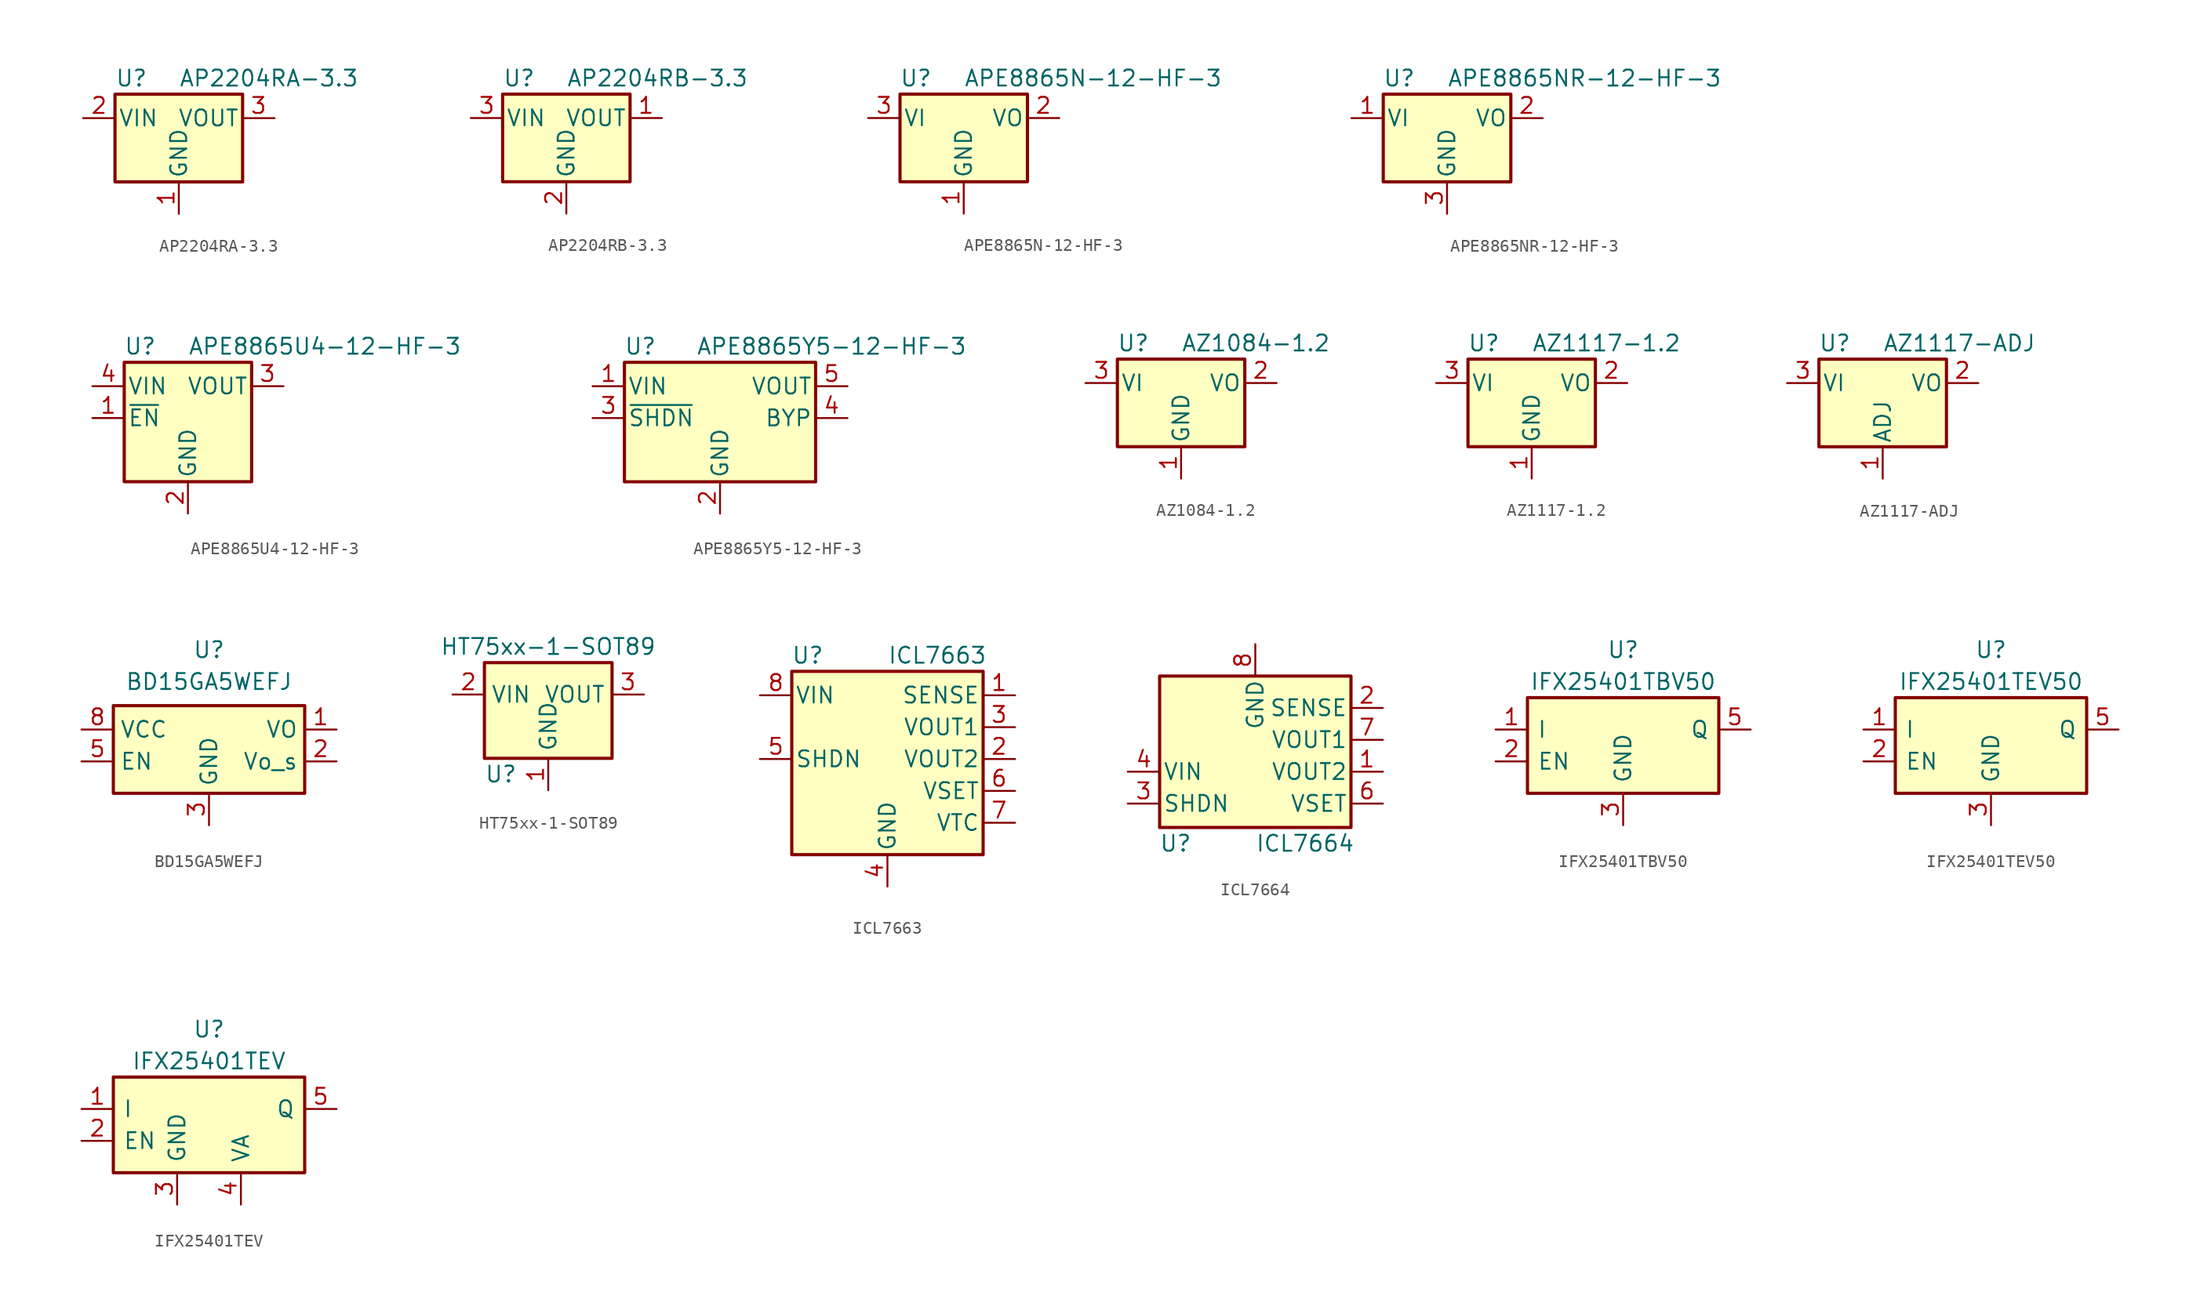
<source format=kicad_sym>
(kicad_symbol_lib
  (version 20220914)
  (generator kicad_symbol_editor)
  (symbol "AP2204RA-3.3"
    (pin_names
      (offset 0.254))
    (property "Reference" "U"
      (at -5.08 3.175 0)
      (effects (font (size 1.27 1.27)) (justify left)))
    (property "Value" "AP2204RA-3.3"
      (at 0 3.175 0)
      (effects (font (size 1.27 1.27)) (justify left)))
    (symbol "AP2204RA-3.3_0_1"
      (rectangle (start -5.08 1.905) (end 5.08 -5.08) (stroke (width 0.254) (type solid)) (fill (type background))))
    (symbol "AP2204RA-3.3_1_1"
      (pin power_in line (at 0 -7.62 90) (length 2.54) (name "GND" (effects (font (size 1.27 1.27)))) (number "1" (effects (font (size 1.27 1.27)))))
      (pin power_in line (at -7.62 0 0) (length 2.54) (name "VIN" (effects (font (size 1.27 1.27)))) (number "2" (effects (font (size 1.27 1.27)))))
      (pin power_out line (at 7.62 0 180) (length 2.54) (name "VOUT" (effects (font (size 1.27 1.27)))) (number "3" (effects (font (size 1.27 1.27)))))))
  (symbol "AP2204RB-3.3"
    (pin_names
      (offset 0.254))
    (property "Reference" "U"
      (at -5.08 3.175 0)
      (effects (font (size 1.27 1.27)) (justify left)))
    (property "Value" "AP2204RB-3.3"
      (at 0 3.175 0)
      (effects (font (size 1.27 1.27)) (justify left)))
    (symbol "AP2204RB-3.3_0_1"
      (rectangle (start -5.08 1.905) (end 5.08 -5.08) (stroke (width 0.254) (type solid)) (fill (type background))))
    (symbol "AP2204RB-3.3_1_1"
      (pin power_out line (at 7.62 0 180) (length 2.54) (name "VOUT" (effects (font (size 1.27 1.27)))) (number "1" (effects (font (size 1.27 1.27)))))
      (pin power_in line (at 0 -7.62 90) (length 2.54) (name "GND" (effects (font (size 1.27 1.27)))) (number "2" (effects (font (size 1.27 1.27)))))
      (pin power_in line (at -7.62 0 0) (length 2.54) (name "VIN" (effects (font (size 1.27 1.27)))) (number "3" (effects (font (size 1.27 1.27)))))))
  (symbol "APE8865N-12-HF-3"
    (pin_names
      (offset 0.254))
    (property "Reference" "U"
      (at -3.81 3.175 0)
      (effects (font (size 1.27 1.27))))
    (property "Value" "APE8865N-12-HF-3"
      (at 0 3.175 0)
      (effects (font (size 1.27 1.27)) (justify left)))
    (symbol "APE8865N-12-HF-3_0_1"
      (rectangle (start -5.08 1.905) (end 5.08 -5.08) (stroke (width 0.254) (type solid)) (fill (type background))))
    (symbol "APE8865N-12-HF-3_1_1"
      (pin power_in line (at 0 -7.62 90) (length 2.54) (name "GND" (effects (font (size 1.27 1.27)))) (number "1" (effects (font (size 1.27 1.27)))))
      (pin power_out line (at 7.62 0 180) (length 2.54) (name "VO" (effects (font (size 1.27 1.27)))) (number "2" (effects (font (size 1.27 1.27)))))
      (pin power_in line (at -7.62 0 0) (length 2.54) (name "VI" (effects (font (size 1.27 1.27)))) (number "3" (effects (font (size 1.27 1.27)))))))
  (symbol "APE8865NR-12-HF-3"
    (pin_names
      (offset 0.254))
    (property "Reference" "U"
      (at -3.81 3.175 0)
      (effects (font (size 1.27 1.27))))
    (property "Value" "APE8865NR-12-HF-3"
      (at 0 3.175 0)
      (effects (font (size 1.27 1.27)) (justify left)))
    (symbol "APE8865NR-12-HF-3_0_1"
      (rectangle (start -5.08 1.905) (end 5.08 -5.08) (stroke (width 0.254) (type solid)) (fill (type background))))
    (symbol "APE8865NR-12-HF-3_1_1"
      (pin power_in line (at -7.62 0 0) (length 2.54) (name "VI" (effects (font (size 1.27 1.27)))) (number "1" (effects (font (size 1.27 1.27)))))
      (pin power_out line (at 7.62 0 180) (length 2.54) (name "VO" (effects (font (size 1.27 1.27)))) (number "2" (effects (font (size 1.27 1.27)))))
      (pin power_in line (at 0 -7.62 90) (length 2.54) (name "GND" (effects (font (size 1.27 1.27)))) (number "3" (effects (font (size 1.27 1.27)))))))
  (symbol "APE8865U4-12-HF-3"
    (pin_names
      (offset 0.254))
    (property "Reference" "U"
      (at -3.81 5.715 0)
      (effects (font (size 1.27 1.27))))
    (property "Value" "APE8865U4-12-HF-3"
      (at 0 5.715 0)
      (effects (font (size 1.27 1.27)) (justify left)))
    (symbol "APE8865U4-12-HF-3_0_1"
      (rectangle (start -5.08 4.445) (end 5.08 -5.08) (stroke (width 0.254) (type solid)) (fill (type background))))
    (symbol "APE8865U4-12-HF-3_1_1"
      (pin input line (at -7.62 0 0) (length 2.54) (name "~{EN}" (effects (font (size 1.27 1.27)))) (number "1" (effects (font (size 1.27 1.27)))))
      (pin power_in line (at 0 -7.62 90) (length 2.54) (name "GND" (effects (font (size 1.27 1.27)))) (number "2" (effects (font (size 1.27 1.27)))))
      (pin power_out line (at 7.62 2.54 180) (length 2.54) (name "VOUT" (effects (font (size 1.27 1.27)))) (number "3" (effects (font (size 1.27 1.27)))))
      (pin power_in line (at -7.62 2.54 0) (length 2.54) (name "VIN" (effects (font (size 1.27 1.27)))) (number "4" (effects (font (size 1.27 1.27)))))))
  (symbol "APE8865Y5-12-HF-3"
    (pin_names
      (offset 0.254))
    (property "Reference" "U"
      (at -6.35 5.715 0)
      (effects (font (size 1.27 1.27))))
    (property "Value" "APE8865Y5-12-HF-3"
      (at -1.905 5.715 0)
      (effects (font (size 1.27 1.27)) (justify left)))
    (symbol "APE8865Y5-12-HF-3_0_1"
      (rectangle (start -7.62 4.445) (end 7.62 -5.08) (stroke (width 0.254) (type solid)) (fill (type background))))
    (symbol "APE8865Y5-12-HF-3_1_1"
      (pin power_in line (at -10.16 2.54 0) (length 2.54) (name "VIN" (effects (font (size 1.27 1.27)))) (number "1" (effects (font (size 1.27 1.27)))))
      (pin power_in line (at 0 -7.62 90) (length 2.54) (name "GND" (effects (font (size 1.27 1.27)))) (number "2" (effects (font (size 1.27 1.27)))))
      (pin input line (at -10.16 0 0) (length 2.54) (name "~{SHDN}" (effects (font (size 1.27 1.27)))) (number "3" (effects (font (size 1.27 1.27)))))
      (pin input line (at 10.16 0 180) (length 2.54) (name "BYP" (effects (font (size 1.27 1.27)))) (number "4" (effects (font (size 1.27 1.27)))))
      (pin power_out line (at 10.16 2.54 180) (length 2.54) (name "VOUT" (effects (font (size 1.27 1.27)))) (number "5" (effects (font (size 1.27 1.27)))))))
  (symbol "AZ1084-1.2"
    (pin_names
      (offset 0.254))
    (property "Reference" "U"
      (at -3.81 3.175 0)
      (effects (font (size 1.27 1.27))))
    (property "Value" "AZ1084-1.2"
      (at 0 3.175 0)
      (effects (font (size 1.27 1.27)) (justify left)))
    (symbol "AZ1084-1.2_0_1"
      (rectangle (start -5.08 1.905) (end 5.08 -5.08) (stroke (width 0.254) (type solid)) (fill (type background))))
    (symbol "AZ1084-1.2_1_1"
      (pin power_in line (at 0 -7.62 90) (length 2.54) (name "GND" (effects (font (size 1.27 1.27)))) (number "1" (effects (font (size 1.27 1.27)))))
      (pin power_out line (at 7.62 0 180) (length 2.54) (name "VO" (effects (font (size 1.27 1.27)))) (number "2" (effects (font (size 1.27 1.27)))))
      (pin power_in line (at -7.62 0 0) (length 2.54) (name "VI" (effects (font (size 1.27 1.27)))) (number "3" (effects (font (size 1.27 1.27)))))))
  (symbol "AZ1117-1.2"
    (pin_names
      (offset 0.254))
    (property "Reference" "U"
      (at -3.81 3.175 0)
      (effects (font (size 1.27 1.27))))
    (property "Value" "AZ1117-1.2"
      (at 0 3.175 0)
      (effects (font (size 1.27 1.27)) (justify left)))
    (symbol "AZ1117-1.2_0_1"
      (rectangle (start -5.08 1.905) (end 5.08 -5.08) (stroke (width 0.254) (type solid)) (fill (type background))))
    (symbol "AZ1117-1.2_1_1"
      (pin power_in line (at 0 -7.62 90) (length 2.54) (name "GND" (effects (font (size 1.27 1.27)))) (number "1" (effects (font (size 1.27 1.27)))))
      (pin power_out line (at 7.62 0 180) (length 2.54) (name "VO" (effects (font (size 1.27 1.27)))) (number "2" (effects (font (size 1.27 1.27)))))
      (pin power_in line (at -7.62 0 0) (length 2.54) (name "VI" (effects (font (size 1.27 1.27)))) (number "3" (effects (font (size 1.27 1.27)))))))
  (symbol "AZ1117-ADJ"
    (pin_names
      (offset 0.254))
    (property "Reference" "U"
      (at -3.81 3.175 0)
      (effects (font (size 1.27 1.27))))
    (property "Value" "AZ1117-ADJ"
      (at 0 3.175 0)
      (effects (font (size 1.27 1.27)) (justify left)))
    (symbol "AZ1117-ADJ_0_1"
      (rectangle (start -5.08 1.905) (end 5.08 -5.08) (stroke (width 0.254) (type solid)) (fill (type background))))
    (symbol "AZ1117-ADJ_1_1"
      (pin input line (at 0 -7.62 90) (length 2.54) (name "ADJ" (effects (font (size 1.27 1.27)))) (number "1" (effects (font (size 1.27 1.27)))))
      (pin power_out line (at 7.62 0 180) (length 2.54) (name "VO" (effects (font (size 1.27 1.27)))) (number "2" (effects (font (size 1.27 1.27)))))
      (pin power_in line (at -7.62 0 0) (length 2.54) (name "VI" (effects (font (size 1.27 1.27)))) (number "3" (effects (font (size 1.27 1.27)))))))
  (symbol "BD15GA5WEFJ"
    (property "Reference" "U"
      (at 0 6.35 0)
      (effects (font (size 1.27 1.27))))
    (property "Value" "BD15GA5WEFJ"
      (at 0 3.81 0)
      (effects (font (size 1.27 1.27))))
    (symbol "BD15GA5WEFJ_1_1"
      (rectangle (start -7.62 -5.08) (end 7.62 1.905) (stroke (width 0.254) (type solid)) (fill (type background)))
      (pin power_out line (at 10.16 0 180) (length 2.54) (name "VO" (effects (font (size 1.27 1.27)))) (number "1" (effects (font (size 1.27 1.27)))))
      (pin input line (at 10.16 -2.54 180) (length 2.54) (name "Vo_s" (effects (font (size 1.27 1.27)))) (number "2" (effects (font (size 1.27 1.27)))))
      (pin power_in line (at 0 -7.62 90) (length 2.54) (name "GND" (effects (font (size 1.27 1.27)))) (number "3" (effects (font (size 1.27 1.27)))))
      (pin passive line (at 0 -7.62 90) (length 2.54) hide (name "GND" (effects (font (size 1.27 1.27)))) (number "4" (effects (font (size 1.27 1.27)))))
      (pin input line (at -10.16 -2.54 0) (length 2.54) (name "EN" (effects (font (size 1.27 1.27)))) (number "5" (effects (font (size 1.27 1.27)))))
      (pin passive line (at 0 -7.62 90) (length 2.54) hide (name "GND" (effects (font (size 1.27 1.27)))) (number "6" (effects (font (size 1.27 1.27)))))
      (pin passive line (at 0 -7.62 90) (length 2.54) hide (name "GND" (effects (font (size 1.27 1.27)))) (number "7" (effects (font (size 1.27 1.27)))))
      (pin power_in line (at -10.16 0 0) (length 2.54) (name "VCC" (effects (font (size 1.27 1.27)))) (number "8" (effects (font (size 1.27 1.27)))))
      (pin passive line (at 0 -7.62 90) (length 2.54) hide (name "GND" (effects (font (size 1.27 1.27)))) (number "9" (effects (font (size 1.27 1.27)))))))
  (symbol "HT75xx-1-SOT89"
    (property "Reference" "U"
      (at -5.08 -3.81 0)
      (effects (font (size 1.27 1.27)) (justify left)))
    (property "Value" "HT75xx-1-SOT89"
      (at 0 6.35 0)
      (effects (font (size 1.27 1.27))))
    (symbol "HT75xx-1-SOT89_0_1"
      (rectangle (start -5.08 5.08) (end 5.08 -2.54) (stroke (width 0.254) (type solid)) (fill (type background))))
    (symbol "HT75xx-1-SOT89_1_1"
      (pin power_in line (at 0 -5.08 90) (length 2.54) (name "GND" (effects (font (size 1.27 1.27)))) (number "1" (effects (font (size 1.27 1.27)))))
      (pin power_in line (at -7.62 2.54 0) (length 2.54) (name "VIN" (effects (font (size 1.27 1.27)))) (number "2" (effects (font (size 1.27 1.27)))))
      (pin power_out line (at 7.62 2.54 180) (length 2.54) (name "VOUT" (effects (font (size 1.27 1.27)))) (number "3" (effects (font (size 1.27 1.27)))))))
  (symbol "ICL7663"
    (pin_names
      (offset 0.254))
    (property "Reference" "U"
      (at -6.35 8.255 0)
      (effects (font (size 1.27 1.27))))
    (property "Value" "ICL7663"
      (at 0 8.255 0)
      (effects (font (size 1.27 1.27)) (justify left)))
    (symbol "ICL7663_0_1"
      (rectangle (start -7.62 -7.62) (end 7.62 6.985) (stroke (width 0.254) (type solid)) (fill (type background))))
    (symbol "ICL7663_1_1"
      (pin input line (at 10.16 5.08 180) (length 2.54) (name "SENSE" (effects (font (size 1.27 1.27)))) (number "1" (effects (font (size 1.27 1.27)))))
      (pin power_out line (at 10.16 0 180) (length 2.54) (name "VOUT2" (effects (font (size 1.27 1.27)))) (number "2" (effects (font (size 1.27 1.27)))))
      (pin power_out line (at 10.16 2.54 180) (length 2.54) (name "VOUT1" (effects (font (size 1.27 1.27)))) (number "3" (effects (font (size 1.27 1.27)))))
      (pin power_in line (at 0 -10.16 90) (length 2.54) (name "GND" (effects (font (size 1.27 1.27)))) (number "4" (effects (font (size 1.27 1.27)))))
      (pin input line (at -10.16 0 0) (length 2.54) (name "SHDN" (effects (font (size 1.27 1.27)))) (number "5" (effects (font (size 1.27 1.27)))))
      (pin input line (at 10.16 -2.54 180) (length 2.54) (name "VSET" (effects (font (size 1.27 1.27)))) (number "6" (effects (font (size 1.27 1.27)))))
      (pin output line (at 10.16 -5.08 180) (length 2.54) (name "VTC" (effects (font (size 1.27 1.27)))) (number "7" (effects (font (size 1.27 1.27)))))
      (pin power_in line (at -10.16 5.08 0) (length 2.54) (name "VIN" (effects (font (size 1.27 1.27)))) (number "8" (effects (font (size 1.27 1.27)))))))
  (symbol "ICL7664"
    (pin_names
      (offset 0.254))
    (property "Reference" "U"
      (at -6.35 -8.255 0)
      (effects (font (size 1.27 1.27))))
    (property "Value" "ICL7664"
      (at 0 -8.255 0)
      (effects (font (size 1.27 1.27)) (justify left)))
    (symbol "ICL7664_0_1"
      (rectangle (start -7.62 -6.985) (end 7.62 5.08) (stroke (width 0.254) (type solid)) (fill (type background))))
    (symbol "ICL7664_1_1"
      (pin power_out line (at 10.16 -2.54 180) (length 2.54) (name "VOUT2" (effects (font (size 1.27 1.27)))) (number "1" (effects (font (size 1.27 1.27)))))
      (pin input line (at 10.16 2.54 180) (length 2.54) (name "SENSE" (effects (font (size 1.27 1.27)))) (number "2" (effects (font (size 1.27 1.27)))))
      (pin input line (at -10.16 -5.08 0) (length 2.54) (name "SHDN" (effects (font (size 1.27 1.27)))) (number "3" (effects (font (size 1.27 1.27)))))
      (pin power_in line (at -10.16 -2.54 0) (length 2.54) (name "VIN" (effects (font (size 1.27 1.27)))) (number "4" (effects (font (size 1.27 1.27)))))
      (pin input line (at -10.16 -5.08 0) (length 2.54) hide (name "SHDN" (effects (font (size 1.27 1.27)))) (number "5" (effects (font (size 1.27 1.27)))))
      (pin input line (at 10.16 -5.08 180) (length 2.54) (name "VSET" (effects (font (size 1.27 1.27)))) (number "6" (effects (font (size 1.27 1.27)))))
      (pin power_out line (at 10.16 0 180) (length 2.54) (name "VOUT1" (effects (font (size 1.27 1.27)))) (number "7" (effects (font (size 1.27 1.27)))))
      (pin power_in line (at 0 7.62 270) (length 2.54) (name "GND" (effects (font (size 1.27 1.27)))) (number "8" (effects (font (size 1.27 1.27)))))))
  (symbol "IFX25401TBV50"
    (pin_names
      (offset 0.762))
    (property "Reference" "U"
      (at 0 6.35 0)
      (effects (font (size 1.27 1.27))))
    (property "Value" "IFX25401TBV50"
      (at 0 3.81 0)
      (effects (font (size 1.27 1.27))))
    (symbol "IFX25401TBV50_0_1"
      (rectangle (start -7.62 2.54) (end 7.62 -5.08) (stroke (width 0.254) (type solid)) (fill (type background))))
    (symbol "IFX25401TBV50_1_1"
      (pin power_in line (at -10.16 0 0) (length 2.54) (name "I" (effects (font (size 1.27 1.27)))) (number "1" (effects (font (size 1.27 1.27)))))
      (pin input line (at -10.16 -2.54 0) (length 2.54) (name "EN" (effects (font (size 1.27 1.27)))) (number "2" (effects (font (size 1.27 1.27)))))
      (pin power_in line (at 0 -7.62 90) (length 2.54) (name "GND" (effects (font (size 1.27 1.27)))) (number "3" (effects (font (size 1.27 1.27)))))
      (pin no_connect line (at 10.16 -2.54 180) (length 2.54) hide (name "NC" (effects (font (size 1.27 1.27)))) (number "4" (effects (font (size 1.27 1.27)))))
      (pin power_out line (at 10.16 0 180) (length 2.54) (name "Q" (effects (font (size 1.27 1.27)))) (number "5" (effects (font (size 1.27 1.27)))))))
  (symbol "IFX25401TEV50"
    (pin_names
      (offset 0.762))
    (property "Reference" "U"
      (at 0 6.35 0)
      (effects (font (size 1.27 1.27))))
    (property "Value" "IFX25401TEV50"
      (at 0 3.81 0)
      (effects (font (size 1.27 1.27))))
    (symbol "IFX25401TEV50_0_1"
      (rectangle (start -7.62 2.54) (end 7.62 -5.08) (stroke (width 0.254) (type solid)) (fill (type background))))
    (symbol "IFX25401TEV50_1_1"
      (pin power_in line (at -10.16 0 0) (length 2.54) (name "I" (effects (font (size 1.27 1.27)))) (number "1" (effects (font (size 1.27 1.27)))))
      (pin input line (at -10.16 -2.54 0) (length 2.54) (name "EN" (effects (font (size 1.27 1.27)))) (number "2" (effects (font (size 1.27 1.27)))))
      (pin power_in line (at 0 -7.62 90) (length 2.54) (name "GND" (effects (font (size 1.27 1.27)))) (number "3" (effects (font (size 1.27 1.27)))))
      (pin no_connect line (at 10.16 -2.54 180) (length 2.54) hide (name "NC" (effects (font (size 1.27 1.27)))) (number "4" (effects (font (size 1.27 1.27)))))
      (pin power_out line (at 10.16 0 180) (length 2.54) (name "Q" (effects (font (size 1.27 1.27)))) (number "5" (effects (font (size 1.27 1.27)))))))
  (symbol "IFX25401TEV"
    (pin_names
      (offset 0.762))
    (property "Reference" "U"
      (at 0 6.35 0)
      (effects (font (size 1.27 1.27))))
    (property "Value" "IFX25401TEV"
      (at 0 3.81 0)
      (effects (font (size 1.27 1.27))))
    (symbol "IFX25401TEV_0_1"
      (rectangle (start -7.62 2.54) (end 7.62 -5.08) (stroke (width 0.254) (type solid)) (fill (type background))))
    (symbol "IFX25401TEV_1_1"
      (pin power_in line (at -10.16 0 0) (length 2.54) (name "I" (effects (font (size 1.27 1.27)))) (number "1" (effects (font (size 1.27 1.27)))))
      (pin input line (at -10.16 -2.54 0) (length 2.54) (name "EN" (effects (font (size 1.27 1.27)))) (number "2" (effects (font (size 1.27 1.27)))))
      (pin power_in line (at -2.54 -7.62 90) (length 2.54) (name "GND" (effects (font (size 1.27 1.27)))) (number "3" (effects (font (size 1.27 1.27)))))
      (pin input line (at 2.54 -7.62 90) (length 2.54) (name "VA" (effects (font (size 1.27 1.27)))) (number "4" (effects (font (size 1.27 1.27)))))
      (pin power_out line (at 10.16 0 180) (length 2.54) (name "Q" (effects (font (size 1.27 1.27)))) (number "5" (effects (font (size 1.27 1.27))))))))
</source>
